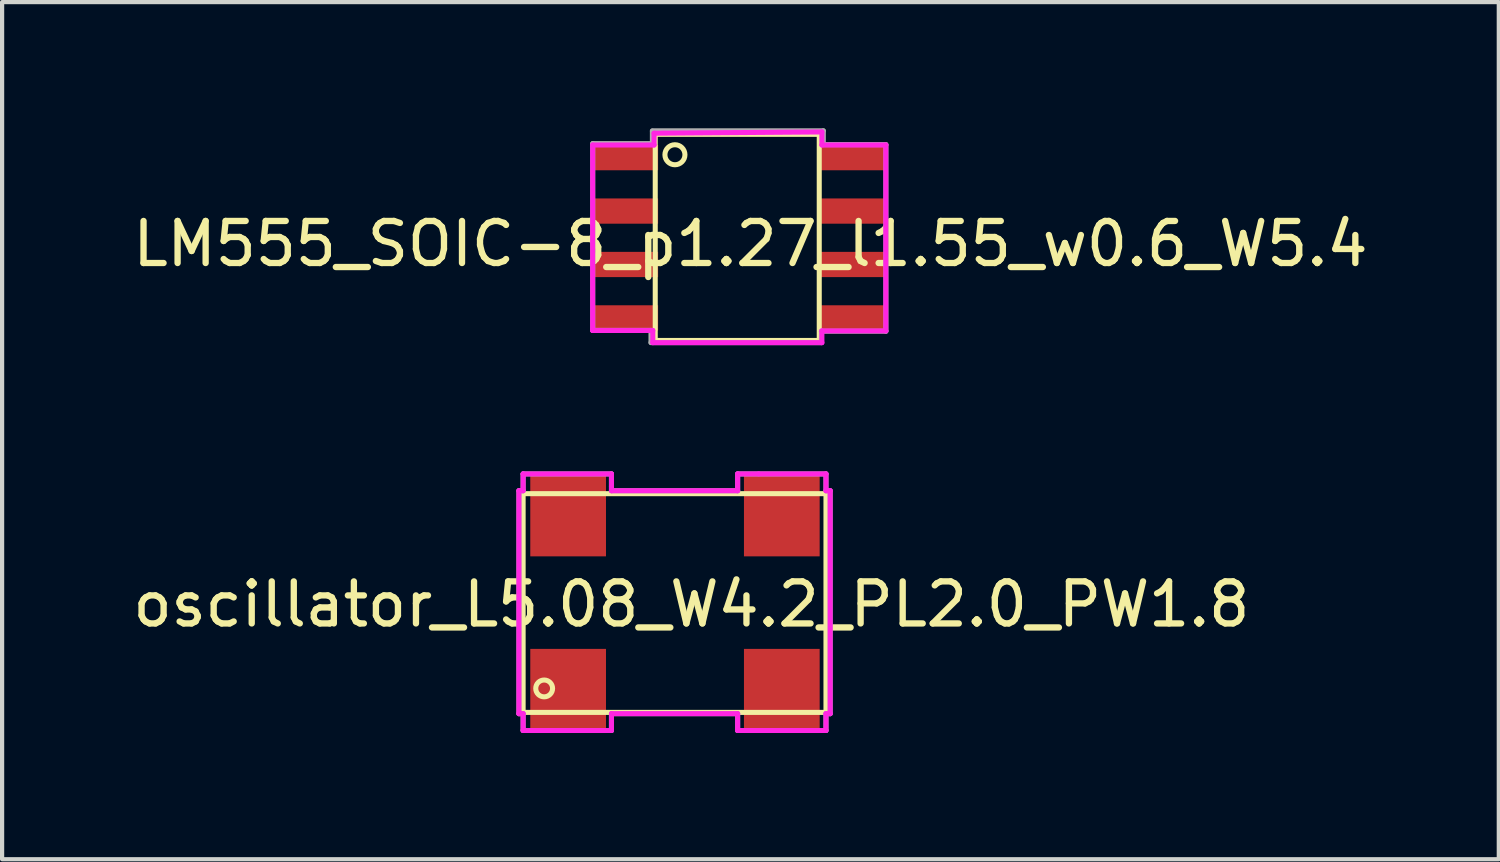
<source format=kicad_pcb>
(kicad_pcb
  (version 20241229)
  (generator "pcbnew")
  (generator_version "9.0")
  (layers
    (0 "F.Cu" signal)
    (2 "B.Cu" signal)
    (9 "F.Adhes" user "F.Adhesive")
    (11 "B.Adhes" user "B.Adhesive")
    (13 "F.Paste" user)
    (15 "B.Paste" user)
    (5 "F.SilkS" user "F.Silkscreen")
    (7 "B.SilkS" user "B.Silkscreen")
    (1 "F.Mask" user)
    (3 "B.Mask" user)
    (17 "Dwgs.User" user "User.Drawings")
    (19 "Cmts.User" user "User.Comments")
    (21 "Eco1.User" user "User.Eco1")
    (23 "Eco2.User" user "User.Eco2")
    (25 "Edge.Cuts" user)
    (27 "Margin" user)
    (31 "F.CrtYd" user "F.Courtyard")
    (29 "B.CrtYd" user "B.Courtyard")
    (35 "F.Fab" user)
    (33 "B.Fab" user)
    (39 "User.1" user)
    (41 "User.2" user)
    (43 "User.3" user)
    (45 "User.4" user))
  (footprint "oscillator_L5.08_W4.2_PL2.0_PW1.8"
    (layer "F.Cu")
    (at 12.987 11.217)
    (property "Reference" "oscillator_L5.08_W4.2_PL2.0_PW1.8" (at 0.4 0.1 0) (layer "F.SilkS") (effects (font (size 1 1) (thickness 0.15))))
    (attr through_hole)
    (fp_line (start -3.6 -2.53) (end 3.6 -2.53) (stroke (width 0.12) (type solid)) (layer "F.SilkS"))
    (fp_line (start -3.6 2.67) (end -3.6 -2.53) (stroke (width 0.12) (type solid)) (layer "F.SilkS"))
    (fp_line (start 3.6 -2.53) (end 3.6 2.67) (stroke (width 0.12) (type solid)) (layer "F.SilkS"))
    (fp_line (start 3.6 2.67) (end -3.6 2.67) (stroke (width 0.12) (type solid)) (layer "F.SilkS"))
    (fp_circle (center -3.1 2.1) (end -2.9 2.1) (stroke (width 0.12) (type solid)) (fill no) (layer "F.SilkS"))
    (fp_line (start -3.7 -2.6) (end -3.7 2.7) (stroke (width 0.12) (type solid)) (layer "F.CrtYd"))
    (fp_line (start -3.6 -3) (end -1.5 -3) (stroke (width 0.12) (type solid)) (layer "F.CrtYd"))
    (fp_line (start -3.6 -2.6) (end -3.7 -2.6) (stroke (width 0.12) (type solid)) (layer "F.CrtYd"))
    (fp_line (start -3.6 -2.6) (end -3.6 -3) (stroke (width 0.12) (type solid)) (layer "F.CrtYd"))
    (fp_line (start -3.6 2.7) (end -3.7 2.7) (stroke (width 0.12) (type solid)) (layer "F.CrtYd"))
    (fp_line (start -3.6 3.1) (end -3.6 2.7) (stroke (width 0.12) (type solid)) (layer "F.CrtYd"))
    (fp_line (start -1.5 -3) (end -1.5 -2.6) (stroke (width 0.12) (type solid)) (layer "F.CrtYd"))
    (fp_line (start -1.5 -2.6) (end 1.5 -2.6) (stroke (width 0.12) (type solid)) (layer "F.CrtYd"))
    (fp_line (start -1.5 2.7) (end -1.5 3.1) (stroke (width 0.12) (type solid)) (layer "F.CrtYd"))
    (fp_line (start -1.5 3.1) (end -3.6 3.1) (stroke (width 0.12) (type solid)) (layer "F.CrtYd"))
    (fp_line (start 1.5 -3) (end 2 -3) (stroke (width 0.12) (type solid)) (layer "F.CrtYd"))
    (fp_line (start 1.5 -2.6) (end 1.5 -3) (stroke (width 0.12) (type solid)) (layer "F.CrtYd"))
    (fp_line (start 1.5 2.7) (end -1.5 2.7) (stroke (width 0.12) (type solid)) (layer "F.CrtYd"))
    (fp_line (start 1.5 3.1) (end 1.5 2.7) (stroke (width 0.12) (type solid)) (layer "F.CrtYd"))
    (fp_line (start 2 -3) (end 3.6 -3) (stroke (width 0.12) (type solid)) (layer "F.CrtYd"))
    (fp_line (start 3.6 -3) (end 3.6 -2.6) (stroke (width 0.12) (type solid)) (layer "F.CrtYd"))
    (fp_line (start 3.6 -2.6) (end 3.7 -2.6) (stroke (width 0.12) (type solid)) (layer "F.CrtYd"))
    (fp_line (start 3.6 2.7) (end 3.6 3.1) (stroke (width 0.12) (type solid)) (layer "F.CrtYd"))
    (fp_line (start 3.6 3.1) (end 1.5 3.1) (stroke (width 0.12) (type solid)) (layer "F.CrtYd"))
    (fp_line (start 3.7 -2.6) (end 3.7 2.7) (stroke (width 0.12) (type solid)) (layer "F.CrtYd"))
    (fp_line (start 3.7 2.7) (end 3.6 2.7) (stroke (width 0.12) (type solid)) (layer "F.CrtYd"))
    (fp_line (start -3.7 -2.6) (end -3.6 -2.6) (stroke (width 0.12) (type solid)) (layer "F.Fab"))
    (fp_line (start -3.7 2.7) (end -3.7 -2.6) (stroke (width 0.12) (type solid)) (layer "F.Fab"))
    (fp_line (start -3.6 -3) (end -1.5 -3) (stroke (width 0.12) (type solid)) (layer "F.Fab"))
    (fp_line (start -3.6 -2.6) (end -3.6 -3) (stroke (width 0.12) (type solid)) (layer "F.Fab"))
    (fp_line (start -3.6 2.7) (end -3.7 2.7) (stroke (width 0.12) (type solid)) (layer "F.Fab"))
    (fp_line (start -3.6 3.1) (end -3.6 2.7) (stroke (width 0.12) (type solid)) (layer "F.Fab"))
    (fp_line (start -1.5 -3) (end -1.5 -2.7) (stroke (width 0.12) (type solid)) (layer "F.Fab"))
    (fp_line (start -1.5 -2.7) (end -1.5 -2.6) (stroke (width 0.12) (type solid)) (layer "F.Fab"))
    (fp_line (start -1.5 -2.6) (end 1.5 -2.6) (stroke (width 0.12) (type solid)) (layer "F.Fab"))
    (fp_line (start -1.5 2.7) (end -1.5 3.1) (stroke (width 0.12) (type solid)) (layer "F.Fab"))
    (fp_line (start -1.5 3.1) (end -3.6 3.1) (stroke (width 0.12) (type solid)) (layer "F.Fab"))
    (fp_line (start 1.5 -3) (end 3.6 -3) (stroke (width 0.12) (type solid)) (layer "F.Fab"))
    (fp_line (start 1.5 -2.6) (end 1.5 -3) (stroke (width 0.12) (type solid)) (layer "F.Fab"))
    (fp_line (start 1.5 2.7) (end -1.5 2.7) (stroke (width 0.12) (type solid)) (layer "F.Fab"))
    (fp_line (start 1.5 3.1) (end 1.5 2.7) (stroke (width 0.12) (type solid)) (layer "F.Fab"))
    (fp_line (start 3.6 -3) (end 3.6 -2.6) (stroke (width 0.12) (type solid)) (layer "F.Fab"))
    (fp_line (start 3.6 -2.6) (end 3.7 -2.6) (stroke (width 0.12) (type solid)) (layer "F.Fab"))
    (fp_line (start 3.6 2.7) (end 3.6 3.1) (stroke (width 0.12) (type solid)) (layer "F.Fab"))
    (fp_line (start 3.6 3.1) (end 1.5 3.1) (stroke (width 0.12) (type solid)) (layer "F.Fab"))
    (fp_line (start 3.7 -2.6) (end 3.7 2.7) (stroke (width 0.12) (type solid)) (layer "F.Fab"))
    (fp_line (start 3.7 2.7) (end 3.6 2.7) (stroke (width 0.12) (type solid)) (layer "F.Fab"))
    (pad "1" smd rect (at -2.53 -2.04) (size 1.8 2) (layers "F.Cu" "F.Mask" "F.Paste"))
    (pad "2" smd rect (at 2.55 -2.04) (size 1.8 2) (layers "F.Cu" "F.Mask" "F.Paste"))
    (pad "3" smd rect (at 2.55 2.16) (size 1.8 2) (layers "F.Cu" "F.Mask" "F.Paste"))
    (pad "4" smd rect (at -2.53 2.16) (size 1.8 2) (layers "F.Cu" "F.Mask" "F.Paste")))
  (footprint "LM555_SOIC-8_p1.27_l1.55_w0.6_W5.4"
    (layer "F.Cu")
    (at 14.38 2.547)
    (property "Reference" "LM555_SOIC-8_p1.27_l1.55_w0.6_W5.4" (at 0.411 0.201 0) (layer "F.SilkS") (effects (font (size 1 1) (thickness 0.15))))
    (attr through_hole)
    (fp_line (start -1.852 -2.403) (end -1.852 2.497) (stroke (width 0.12) (type solid)) (layer "F.SilkS"))
    (fp_line (start -1.852 -2.403) (end 2.047 -2.403) (stroke (width 0.12) (type solid)) (layer "F.SilkS"))
    (fp_line (start -1.852 2.497) (end 2.047 2.497) (stroke (width 0.12) (type solid)) (layer "F.SilkS"))
    (fp_line (start 2.047 2.497) (end 2.047 -2.403) (stroke (width 0.12) (type solid)) (layer "F.SilkS"))
    (fp_circle (center -1.384 -1.918) (end -1.186 -1.786) (stroke (width 0.12) (type solid)) (fill no) (layer "F.SilkS"))
    (fp_line (start -3.34 -2.15) (end -3.34 2.26) (stroke (width 0.12) (type solid)) (layer "F.CrtYd"))
    (fp_line (start -3.34 2.26) (end -1.91 2.26) (stroke (width 0.12) (type solid)) (layer "F.CrtYd"))
    (fp_line (start -1.91 2.26) (end -1.91 2.55) (stroke (width 0.12) (type solid)) (layer "F.CrtYd"))
    (fp_line (start -1.91 2.55) (end 2.11 2.55) (stroke (width 0.12) (type solid)) (layer "F.CrtYd"))
    (fp_line (start -1.88 -2.43) (end -1.88 -2.15) (stroke (width 0.12) (type solid)) (layer "F.CrtYd"))
    (fp_line (start -1.88 -2.15) (end -3.34 -2.15) (stroke (width 0.12) (type solid)) (layer "F.CrtYd"))
    (fp_line (start 2.11 -2.46) (end -1.88 -2.43) (stroke (width 0.12) (type solid)) (layer "F.CrtYd"))
    (fp_line (start 2.11 -2.15) (end 2.11 -2.46) (stroke (width 0.12) (type solid)) (layer "F.CrtYd"))
    (fp_line (start 2.11 2.27) (end 3.63 2.27) (stroke (width 0.12) (type solid)) (layer "F.CrtYd"))
    (fp_line (start 2.11 2.55) (end 2.11 2.27) (stroke (width 0.12) (type solid)) (layer "F.CrtYd"))
    (fp_line (start 3.63 -2.15) (end 2.11 -2.15) (stroke (width 0.12) (type solid)) (layer "F.CrtYd"))
    (fp_line (start 3.63 2.27) (end 3.63 -2.15) (stroke (width 0.12) (type solid)) (layer "F.CrtYd"))
    (fp_line (start -3.338 -2.184) (end -3.338 2.258) (stroke (width 0.12) (type solid)) (layer "F.Fab"))
    (fp_line (start -3.338 2.258) (end -1.953 2.258) (stroke (width 0.12) (type solid)) (layer "F.Fab"))
    (fp_line (start -1.953 2.258) (end -1.953 2.548) (stroke (width 0.12) (type solid)) (layer "F.Fab"))
    (fp_line (start -1.953 2.548) (end 2.098 2.548) (stroke (width 0.12) (type solid)) (layer "F.Fab"))
    (fp_line (start -1.92 -2.479) (end -1.92 -2.184) (stroke (width 0.12) (type solid)) (layer "F.Fab"))
    (fp_line (start -1.92 -2.184) (end -3.338 -2.184) (stroke (width 0.12) (type solid)) (layer "F.Fab"))
    (fp_line (start 2.098 2.278) (end 3.632 2.278) (stroke (width 0.12) (type solid)) (layer "F.Fab"))
    (fp_line (start 2.098 2.548) (end 2.098 2.278) (stroke (width 0.12) (type solid)) (layer "F.Fab"))
    (fp_line (start 2.144 -2.487) (end -1.92 -2.487) (stroke (width 0.12) (type solid)) (layer "F.Fab"))
    (fp_line (start 2.144 -2.159) (end 2.144 -2.487) (stroke (width 0.12) (type solid)) (layer "F.Fab"))
    (fp_line (start 3.632 -2.159) (end 2.144 -2.159) (stroke (width 0.12) (type solid)) (layer "F.Fab"))
    (fp_line (start 3.632 2.278) (end 3.632 -2.159) (stroke (width 0.12) (type solid)) (layer "F.Fab"))
    (pad "1" smd rect (at -2.559 -1.849) (size 1.55 0.6) (layers "F.Cu" "F.Mask" "F.Paste"))
    (pad "2" smd rect (at -2.559 -0.579) (size 1.55 0.6) (layers "F.Cu" "F.Mask" "F.Paste"))
    (pad "3" smd rect (at -2.559 0.691) (size 1.55 0.6) (layers "F.Cu" "F.Mask" "F.Paste"))
    (pad "4" smd rect (at -2.559 1.961) (size 1.55 0.6) (layers "F.Cu" "F.Mask" "F.Paste"))
    (pad "5" smd rect (at 2.851 1.961) (size 1.55 0.6) (layers "F.Cu" "F.Mask" "F.Paste"))
    (pad "6" smd rect (at 2.851 0.691) (size 1.55 0.6) (layers "F.Cu" "F.Mask" "F.Paste"))
    (pad "7" smd rect (at 2.851 -0.579) (size 1.55 0.6) (layers "F.Cu" "F.Mask" "F.Paste"))
    (pad "8" smd rect (at 2.851 -1.849) (size 1.55 0.6) (layers "F.Cu" "F.Mask" "F.Paste")))
  (gr_rect
    (start -3 -3)
    (end 32.583 17.377)
    (stroke (width 0.1) (type default))
    (fill no)
    (layer "Edge.Cuts")))
</source>
